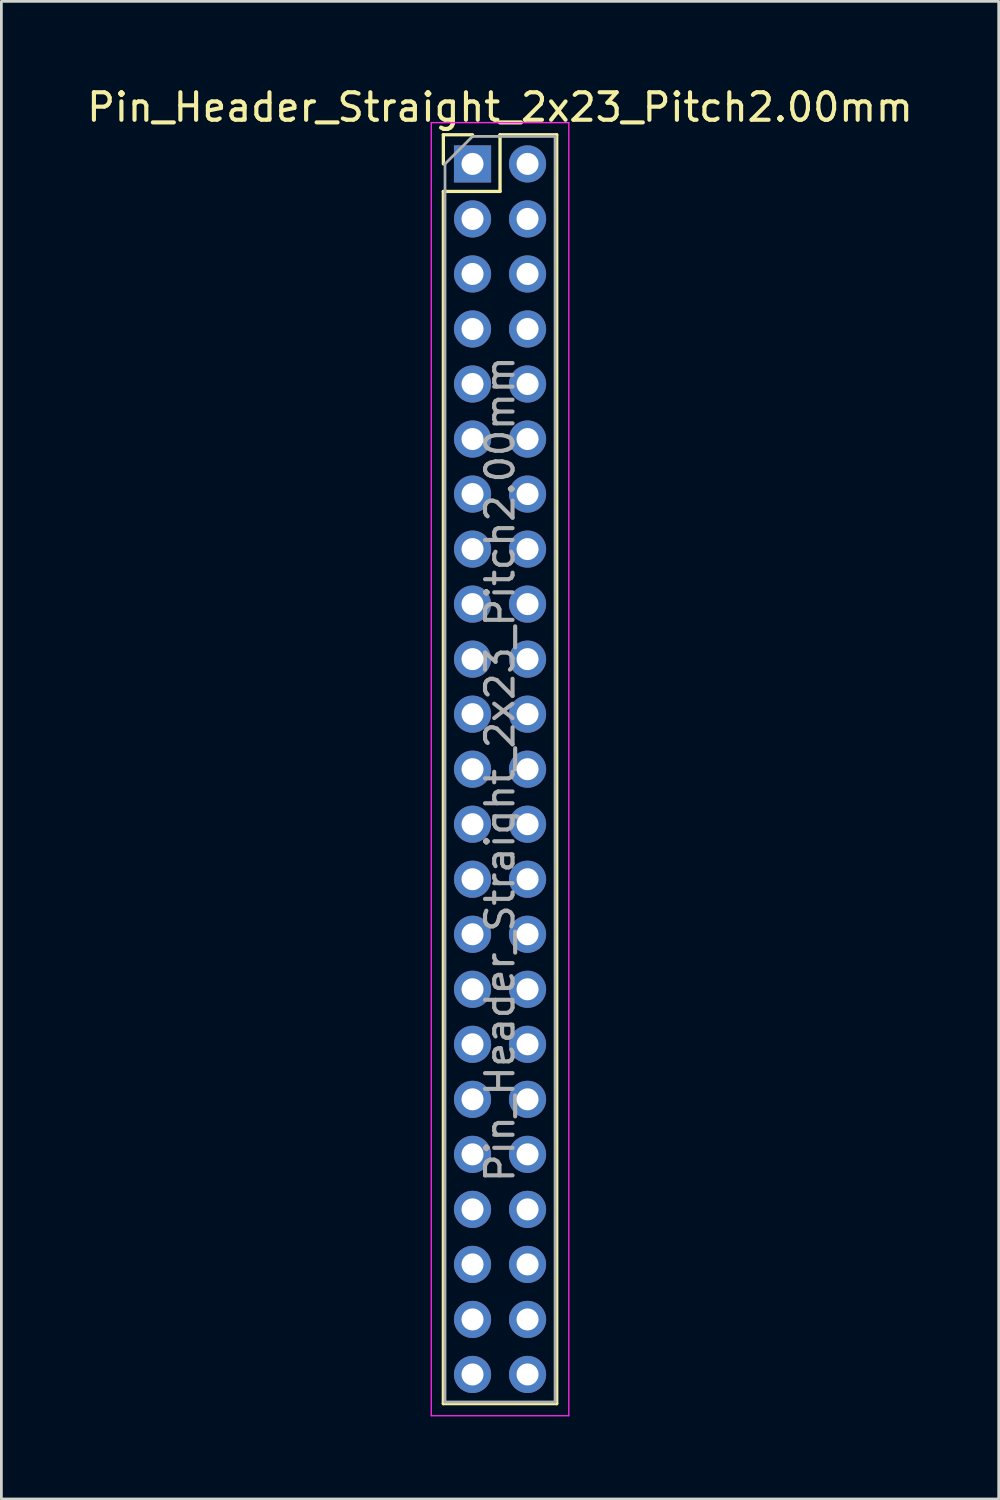
<source format=kicad_pcb>
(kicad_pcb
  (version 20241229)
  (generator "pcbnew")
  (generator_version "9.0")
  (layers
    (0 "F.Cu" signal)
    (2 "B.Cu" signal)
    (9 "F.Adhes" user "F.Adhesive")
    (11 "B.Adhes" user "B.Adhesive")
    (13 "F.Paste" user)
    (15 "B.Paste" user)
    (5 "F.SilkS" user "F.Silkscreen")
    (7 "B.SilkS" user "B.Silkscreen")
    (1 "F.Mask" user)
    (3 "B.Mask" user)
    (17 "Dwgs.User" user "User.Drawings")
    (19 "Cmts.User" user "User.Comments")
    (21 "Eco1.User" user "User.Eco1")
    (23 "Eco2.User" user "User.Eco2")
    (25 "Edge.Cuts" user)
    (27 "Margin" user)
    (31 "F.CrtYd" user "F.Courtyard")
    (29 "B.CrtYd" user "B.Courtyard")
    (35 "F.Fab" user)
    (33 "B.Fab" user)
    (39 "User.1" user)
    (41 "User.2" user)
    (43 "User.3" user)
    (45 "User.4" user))
  (footprint "Pin_Header_Straight_2x23_Pitch2.00mm"
    (layer "F.Cu")
    (at 14.125 2.908)
    (property "Reference" "Pin_Header_Straight_2x23_Pitch2.00mm" (at 1 -2.06 0) (layer "F.SilkS") (effects (font (size 1 1) (thickness 0.15))))
    (attr through_hole)
    (fp_line (start -1.06 -1.06) (end 0 -1.06) (stroke (width 0.12) (type solid)) (layer "F.SilkS"))
    (fp_line (start -1.06 0) (end -1.06 -1.06) (stroke (width 0.12) (type solid)) (layer "F.SilkS"))
    (fp_line (start -1.06 1) (end -1.06 45.06) (stroke (width 0.12) (type solid)) (layer "F.SilkS"))
    (fp_line (start -1.06 1) (end 1 1) (stroke (width 0.12) (type solid)) (layer "F.SilkS"))
    (fp_line (start -1.06 45.06) (end 3.06 45.06) (stroke (width 0.12) (type solid)) (layer "F.SilkS"))
    (fp_line (start 1 -1.06) (end 3.06 -1.06) (stroke (width 0.12) (type solid)) (layer "F.SilkS"))
    (fp_line (start 1 1) (end 1 -1.06) (stroke (width 0.12) (type solid)) (layer "F.SilkS"))
    (fp_line (start 3.06 -1.06) (end 3.06 45.06) (stroke (width 0.12) (type solid)) (layer "F.SilkS"))
    (fp_line (start -1.5 -1.5) (end -1.5 45.5) (stroke (width 0.05) (type solid)) (layer "F.CrtYd"))
    (fp_line (start -1.5 45.5) (end 3.5 45.5) (stroke (width 0.05) (type solid)) (layer "F.CrtYd"))
    (fp_line (start 3.5 -1.5) (end -1.5 -1.5) (stroke (width 0.05) (type solid)) (layer "F.CrtYd"))
    (fp_line (start 3.5 45.5) (end 3.5 -1.5) (stroke (width 0.05) (type solid)) (layer "F.CrtYd"))
    (fp_line (start -1 0) (end 0 -1) (stroke (width 0.1) (type solid)) (layer "F.Fab"))
    (fp_line (start -1 45) (end -1 0) (stroke (width 0.1) (type solid)) (layer "F.Fab"))
    (fp_line (start 0 -1) (end 3 -1) (stroke (width 0.1) (type solid)) (layer "F.Fab"))
    (fp_line (start 3 -1) (end 3 45) (stroke (width 0.1) (type solid)) (layer "F.Fab"))
    (fp_line (start 3 45) (end -1 45) (stroke (width 0.1) (type solid)) (layer "F.Fab"))
    (fp_text user "${REFERENCE}" (at 1 22 90) (layer "F.Fab") (effects (font (size 1 1) (thickness 0.15))))
    (pad "1" thru_hole rect (at 0 0) (size 1.35 1.35) (drill 0.8) (layers "*.Cu" "*.Mask"))
    (pad "2" thru_hole oval (at 2 0) (size 1.35 1.35) (drill 0.8) (layers "*.Cu" "*.Mask"))
    (pad "3" thru_hole oval (at 0 2) (size 1.35 1.35) (drill 0.8) (layers "*.Cu" "*.Mask"))
    (pad "4" thru_hole oval (at 2 2) (size 1.35 1.35) (drill 0.8) (layers "*.Cu" "*.Mask"))
    (pad "5" thru_hole oval (at 0 4) (size 1.35 1.35) (drill 0.8) (layers "*.Cu" "*.Mask"))
    (pad "6" thru_hole oval (at 2 4) (size 1.35 1.35) (drill 0.8) (layers "*.Cu" "*.Mask"))
    (pad "7" thru_hole oval (at 0 6) (size 1.35 1.35) (drill 0.8) (layers "*.Cu" "*.Mask"))
    (pad "8" thru_hole oval (at 2 6) (size 1.35 1.35) (drill 0.8) (layers "*.Cu" "*.Mask"))
    (pad "9" thru_hole oval (at 0 8) (size 1.35 1.35) (drill 0.8) (layers "*.Cu" "*.Mask"))
    (pad "10" thru_hole oval (at 2 8) (size 1.35 1.35) (drill 0.8) (layers "*.Cu" "*.Mask"))
    (pad "11" thru_hole oval (at 0 10) (size 1.35 1.35) (drill 0.8) (layers "*.Cu" "*.Mask"))
    (pad "12" thru_hole oval (at 2 10) (size 1.35 1.35) (drill 0.8) (layers "*.Cu" "*.Mask"))
    (pad "13" thru_hole oval (at 0 12) (size 1.35 1.35) (drill 0.8) (layers "*.Cu" "*.Mask"))
    (pad "14" thru_hole oval (at 2 12) (size 1.35 1.35) (drill 0.8) (layers "*.Cu" "*.Mask"))
    (pad "15" thru_hole oval (at 0 14) (size 1.35 1.35) (drill 0.8) (layers "*.Cu" "*.Mask"))
    (pad "16" thru_hole oval (at 2 14) (size 1.35 1.35) (drill 0.8) (layers "*.Cu" "*.Mask"))
    (pad "17" thru_hole oval (at 0 16) (size 1.35 1.35) (drill 0.8) (layers "*.Cu" "*.Mask"))
    (pad "18" thru_hole oval (at 2 16) (size 1.35 1.35) (drill 0.8) (layers "*.Cu" "*.Mask"))
    (pad "19" thru_hole oval (at 0 18) (size 1.35 1.35) (drill 0.8) (layers "*.Cu" "*.Mask"))
    (pad "20" thru_hole oval (at 2 18) (size 1.35 1.35) (drill 0.8) (layers "*.Cu" "*.Mask"))
    (pad "21" thru_hole oval (at 0 20) (size 1.35 1.35) (drill 0.8) (layers "*.Cu" "*.Mask"))
    (pad "22" thru_hole oval (at 2 20) (size 1.35 1.35) (drill 0.8) (layers "*.Cu" "*.Mask"))
    (pad "23" thru_hole oval (at 0 22) (size 1.35 1.35) (drill 0.8) (layers "*.Cu" "*.Mask"))
    (pad "24" thru_hole oval (at 2 22) (size 1.35 1.35) (drill 0.8) (layers "*.Cu" "*.Mask"))
    (pad "25" thru_hole oval (at 0 24) (size 1.35 1.35) (drill 0.8) (layers "*.Cu" "*.Mask"))
    (pad "26" thru_hole oval (at 2 24) (size 1.35 1.35) (drill 0.8) (layers "*.Cu" "*.Mask"))
    (pad "27" thru_hole oval (at 0 26) (size 1.35 1.35) (drill 0.8) (layers "*.Cu" "*.Mask"))
    (pad "28" thru_hole oval (at 2 26) (size 1.35 1.35) (drill 0.8) (layers "*.Cu" "*.Mask"))
    (pad "29" thru_hole oval (at 0 28) (size 1.35 1.35) (drill 0.8) (layers "*.Cu" "*.Mask"))
    (pad "30" thru_hole oval (at 2 28) (size 1.35 1.35) (drill 0.8) (layers "*.Cu" "*.Mask"))
    (pad "31" thru_hole oval (at 0 30) (size 1.35 1.35) (drill 0.8) (layers "*.Cu" "*.Mask"))
    (pad "32" thru_hole oval (at 2 30) (size 1.35 1.35) (drill 0.8) (layers "*.Cu" "*.Mask"))
    (pad "33" thru_hole oval (at 0 32) (size 1.35 1.35) (drill 0.8) (layers "*.Cu" "*.Mask"))
    (pad "34" thru_hole oval (at 2 32) (size 1.35 1.35) (drill 0.8) (layers "*.Cu" "*.Mask"))
    (pad "35" thru_hole oval (at 0 34) (size 1.35 1.35) (drill 0.8) (layers "*.Cu" "*.Mask"))
    (pad "36" thru_hole oval (at 2 34) (size 1.35 1.35) (drill 0.8) (layers "*.Cu" "*.Mask"))
    (pad "37" thru_hole oval (at 0 36) (size 1.35 1.35) (drill 0.8) (layers "*.Cu" "*.Mask"))
    (pad "38" thru_hole oval (at 2 36) (size 1.35 1.35) (drill 0.8) (layers "*.Cu" "*.Mask"))
    (pad "39" thru_hole oval (at 0 38) (size 1.35 1.35) (drill 0.8) (layers "*.Cu" "*.Mask"))
    (pad "40" thru_hole oval (at 2 38) (size 1.35 1.35) (drill 0.8) (layers "*.Cu" "*.Mask"))
    (pad "41" thru_hole oval (at 0 40) (size 1.35 1.35) (drill 0.8) (layers "*.Cu" "*.Mask"))
    (pad "42" thru_hole oval (at 2 40) (size 1.35 1.35) (drill 0.8) (layers "*.Cu" "*.Mask"))
    (pad "43" thru_hole oval (at 0 42) (size 1.35 1.35) (drill 0.8) (layers "*.Cu" "*.Mask"))
    (pad "44" thru_hole oval (at 2 42) (size 1.35 1.35) (drill 0.8) (layers "*.Cu" "*.Mask"))
    (pad "45" thru_hole oval (at 0 44) (size 1.35 1.35) (drill 0.8) (layers "*.Cu" "*.Mask"))
    (pad "46" thru_hole oval (at 2 44) (size 1.35 1.35) (drill 0.8) (layers "*.Cu" "*.Mask")))
  (gr_rect
    (start -3 -3)
    (end 33.25 51.433)
    (stroke (width 0.1) (type default))
    (fill no)
    (layer "Edge.Cuts")))
</source>
